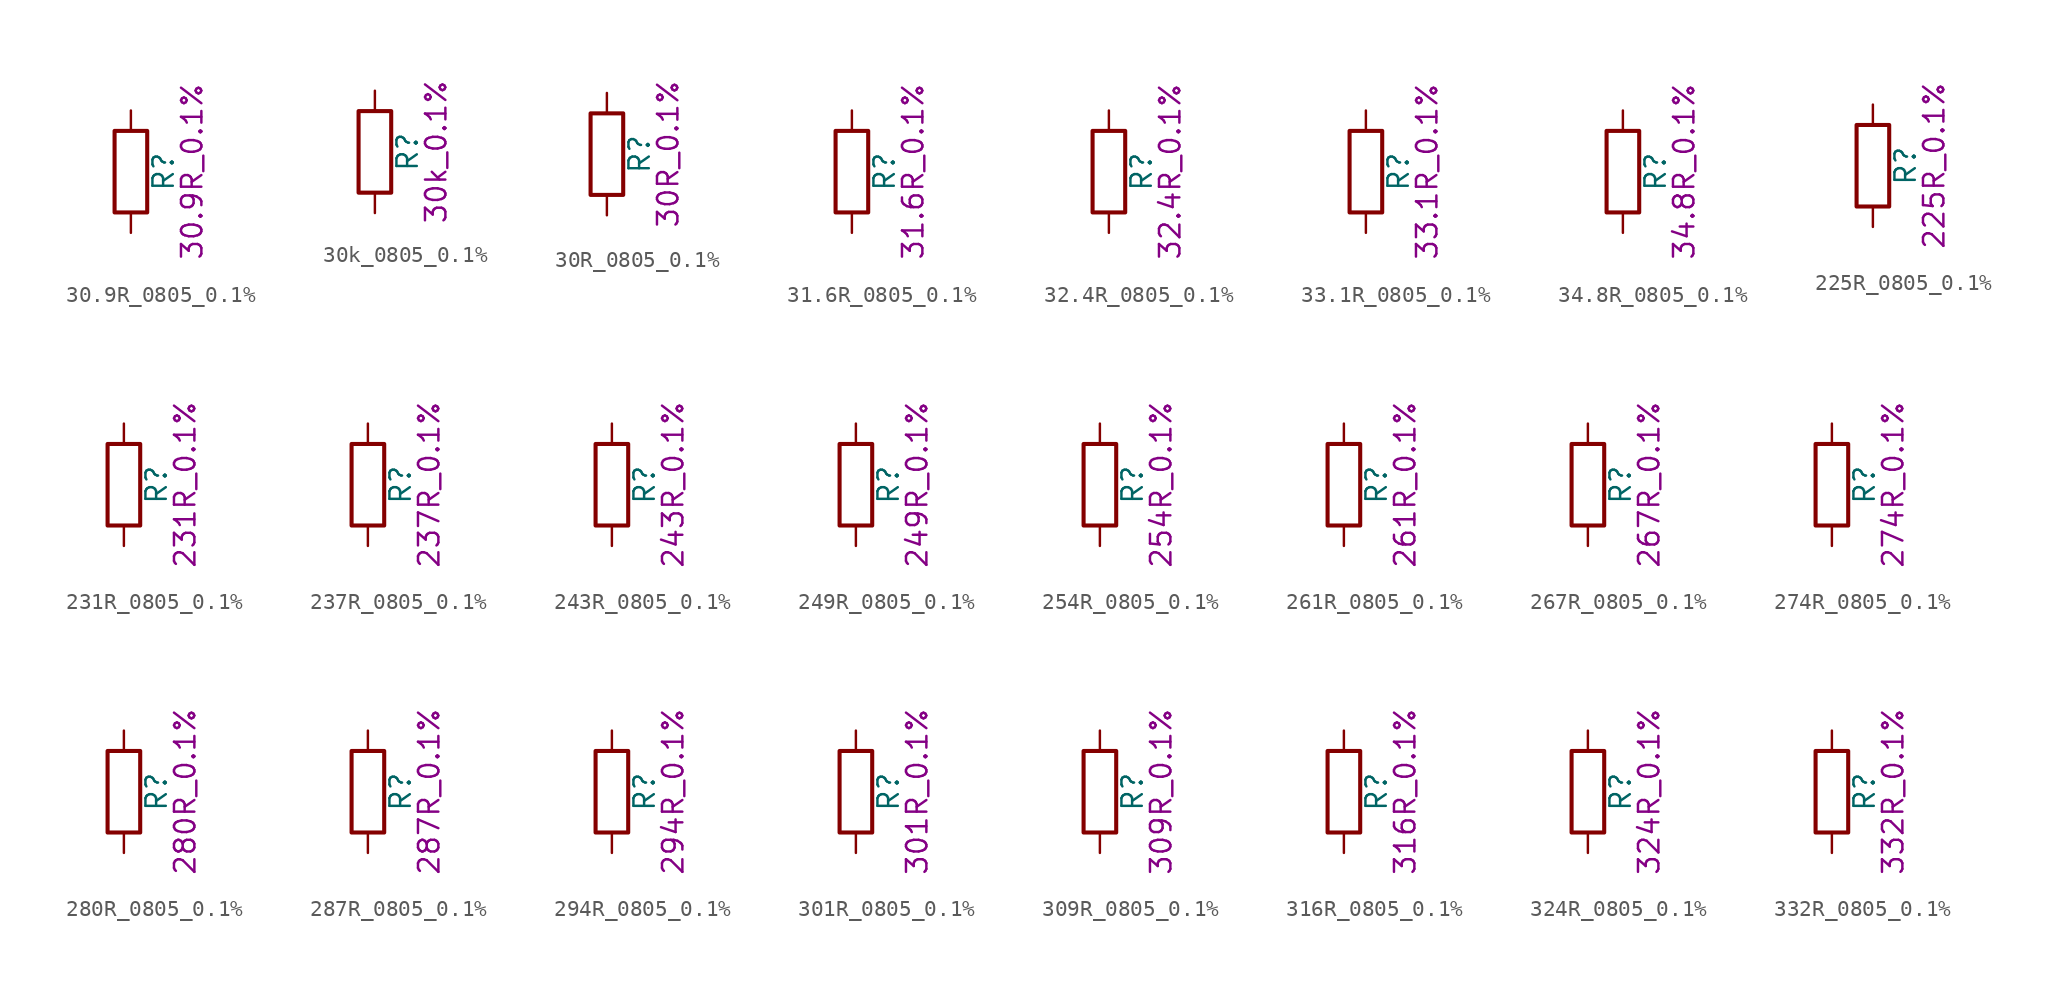
<source format=kicad_sym>
(kicad_symbol_lib
  (version 20211014)
  (generator kicad_symbol_editor)
  (symbol "30.9R_0805_0.1%"
    (pin_numbers hide)
    (pin_names
      (offset 0))
    (property "Reference" "R"
      (at 2.032 0 90)
      (effects (font (size 1.27 1.27))))
    (property "Display" "30.9R_0.1%"
      (at 3.81 0 90)
      (effects (font (size 1.27 1.27))))
    (symbol "30.9R_0805_0.1%_0_1"
      (rectangle (start -1.016 -2.54) (end 1.016 2.54) (stroke (width 0.254) (type default) (color 0 0 0 0)) (fill (type none))))
    (symbol "30.9R_0805_0.1%_1_1"
      (pin passive line (at 0 3.81 270) (length 1.27) (name "~" (effects (font (size 1.27 1.27)))) (number "1" (effects (font (size 1.27 1.27)))))
      (pin passive line (at 0 -3.81 90) (length 1.27) (name "~" (effects (font (size 1.27 1.27)))) (number "2" (effects (font (size 1.27 1.27)))))))
  (symbol "30k_0805_0.1%"
    (pin_numbers hide)
    (pin_names
      (offset 0))
    (property "Reference" "R"
      (at 2.032 0 90)
      (effects (font (size 1.27 1.27))))
    (property "Display" "30k_0.1%"
      (at 3.81 0 90)
      (effects (font (size 1.27 1.27))))
    (symbol "30k_0805_0.1%_0_1"
      (rectangle (start -1.016 -2.54) (end 1.016 2.54) (stroke (width 0.254) (type default) (color 0 0 0 0)) (fill (type none))))
    (symbol "30k_0805_0.1%_1_1"
      (pin passive line (at 0 3.81 270) (length 1.27) (name "~" (effects (font (size 1.27 1.27)))) (number "1" (effects (font (size 1.27 1.27)))))
      (pin passive line (at 0 -3.81 90) (length 1.27) (name "~" (effects (font (size 1.27 1.27)))) (number "2" (effects (font (size 1.27 1.27)))))))
  (symbol "30R_0805_0.1%"
    (pin_numbers hide)
    (pin_names
      (offset 0))
    (property "Reference" "R"
      (at 2.032 0 90)
      (effects (font (size 1.27 1.27))))
    (property "Display" "30R_0.1%"
      (at 3.81 0 90)
      (effects (font (size 1.27 1.27))))
    (symbol "30R_0805_0.1%_0_1"
      (rectangle (start -1.016 -2.54) (end 1.016 2.54) (stroke (width 0.254) (type default) (color 0 0 0 0)) (fill (type none))))
    (symbol "30R_0805_0.1%_1_1"
      (pin passive line (at 0 3.81 270) (length 1.27) (name "~" (effects (font (size 1.27 1.27)))) (number "1" (effects (font (size 1.27 1.27)))))
      (pin passive line (at 0 -3.81 90) (length 1.27) (name "~" (effects (font (size 1.27 1.27)))) (number "2" (effects (font (size 1.27 1.27)))))))
  (symbol "31.6R_0805_0.1%"
    (pin_numbers hide)
    (pin_names
      (offset 0))
    (property "Reference" "R"
      (at 2.032 0 90)
      (effects (font (size 1.27 1.27))))
    (property "Display" "31.6R_0.1%"
      (at 3.81 0 90)
      (effects (font (size 1.27 1.27))))
    (symbol "31.6R_0805_0.1%_0_1"
      (rectangle (start -1.016 -2.54) (end 1.016 2.54) (stroke (width 0.254) (type default) (color 0 0 0 0)) (fill (type none))))
    (symbol "31.6R_0805_0.1%_1_1"
      (pin passive line (at 0 3.81 270) (length 1.27) (name "~" (effects (font (size 1.27 1.27)))) (number "1" (effects (font (size 1.27 1.27)))))
      (pin passive line (at 0 -3.81 90) (length 1.27) (name "~" (effects (font (size 1.27 1.27)))) (number "2" (effects (font (size 1.27 1.27)))))))
  (symbol "32.4R_0805_0.1%"
    (pin_numbers hide)
    (pin_names
      (offset 0))
    (property "Reference" "R"
      (at 2.032 0 90)
      (effects (font (size 1.27 1.27))))
    (property "Display" "32.4R_0.1%"
      (at 3.81 0 90)
      (effects (font (size 1.27 1.27))))
    (symbol "32.4R_0805_0.1%_0_1"
      (rectangle (start -1.016 -2.54) (end 1.016 2.54) (stroke (width 0.254) (type default) (color 0 0 0 0)) (fill (type none))))
    (symbol "32.4R_0805_0.1%_1_1"
      (pin passive line (at 0 3.81 270) (length 1.27) (name "~" (effects (font (size 1.27 1.27)))) (number "1" (effects (font (size 1.27 1.27)))))
      (pin passive line (at 0 -3.81 90) (length 1.27) (name "~" (effects (font (size 1.27 1.27)))) (number "2" (effects (font (size 1.27 1.27)))))))
  (symbol "33.1R_0805_0.1%"
    (pin_numbers hide)
    (pin_names
      (offset 0))
    (property "Reference" "R"
      (at 2.032 0 90)
      (effects (font (size 1.27 1.27))))
    (property "Display" "33.1R_0.1%"
      (at 3.81 0 90)
      (effects (font (size 1.27 1.27))))
    (symbol "33.1R_0805_0.1%_0_1"
      (rectangle (start -1.016 -2.54) (end 1.016 2.54) (stroke (width 0.254) (type default) (color 0 0 0 0)) (fill (type none))))
    (symbol "33.1R_0805_0.1%_1_1"
      (pin passive line (at 0 3.81 270) (length 1.27) (name "~" (effects (font (size 1.27 1.27)))) (number "1" (effects (font (size 1.27 1.27)))))
      (pin passive line (at 0 -3.81 90) (length 1.27) (name "~" (effects (font (size 1.27 1.27)))) (number "2" (effects (font (size 1.27 1.27)))))))
  (symbol "34.8R_0805_0.1%"
    (pin_numbers hide)
    (pin_names
      (offset 0))
    (property "Reference" "R"
      (at 2.032 0 90)
      (effects (font (size 1.27 1.27))))
    (property "Display" "34.8R_0.1%"
      (at 3.81 0 90)
      (effects (font (size 1.27 1.27))))
    (symbol "34.8R_0805_0.1%_0_1"
      (rectangle (start -1.016 -2.54) (end 1.016 2.54) (stroke (width 0.254) (type default) (color 0 0 0 0)) (fill (type none))))
    (symbol "34.8R_0805_0.1%_1_1"
      (pin passive line (at 0 3.81 270) (length 1.27) (name "~" (effects (font (size 1.27 1.27)))) (number "1" (effects (font (size 1.27 1.27)))))
      (pin passive line (at 0 -3.81 90) (length 1.27) (name "~" (effects (font (size 1.27 1.27)))) (number "2" (effects (font (size 1.27 1.27)))))))
  (symbol "225R_0805_0.1%"
    (pin_numbers hide)
    (pin_names
      (offset 0))
    (property "Reference" "R"
      (at 2.032 0 90)
      (effects (font (size 1.27 1.27))))
    (property "Display" "225R_0.1%"
      (at 3.81 0 90)
      (effects (font (size 1.27 1.27))))
    (symbol "225R_0805_0.1%_0_1"
      (rectangle (start -1.016 -2.54) (end 1.016 2.54) (stroke (width 0.254) (type default) (color 0 0 0 0)) (fill (type none))))
    (symbol "225R_0805_0.1%_1_1"
      (pin passive line (at 0 3.81 270) (length 1.27) (name "~" (effects (font (size 1.27 1.27)))) (number "1" (effects (font (size 1.27 1.27)))))
      (pin passive line (at 0 -3.81 90) (length 1.27) (name "~" (effects (font (size 1.27 1.27)))) (number "2" (effects (font (size 1.27 1.27)))))))
  (symbol "231R_0805_0.1%"
    (pin_numbers hide)
    (pin_names
      (offset 0))
    (property "Reference" "R"
      (at 2.032 0 90)
      (effects (font (size 1.27 1.27))))
    (property "Display" "231R_0.1%"
      (at 3.81 0 90)
      (effects (font (size 1.27 1.27))))
    (symbol "231R_0805_0.1%_0_1"
      (rectangle (start -1.016 -2.54) (end 1.016 2.54) (stroke (width 0.254) (type default) (color 0 0 0 0)) (fill (type none))))
    (symbol "231R_0805_0.1%_1_1"
      (pin passive line (at 0 3.81 270) (length 1.27) (name "~" (effects (font (size 1.27 1.27)))) (number "1" (effects (font (size 1.27 1.27)))))
      (pin passive line (at 0 -3.81 90) (length 1.27) (name "~" (effects (font (size 1.27 1.27)))) (number "2" (effects (font (size 1.27 1.27)))))))
  (symbol "237R_0805_0.1%"
    (pin_numbers hide)
    (pin_names
      (offset 0))
    (property "Reference" "R"
      (at 2.032 0 90)
      (effects (font (size 1.27 1.27))))
    (property "Display" "237R_0.1%"
      (at 3.81 0 90)
      (effects (font (size 1.27 1.27))))
    (symbol "237R_0805_0.1%_0_1"
      (rectangle (start -1.016 -2.54) (end 1.016 2.54) (stroke (width 0.254) (type default) (color 0 0 0 0)) (fill (type none))))
    (symbol "237R_0805_0.1%_1_1"
      (pin passive line (at 0 3.81 270) (length 1.27) (name "~" (effects (font (size 1.27 1.27)))) (number "1" (effects (font (size 1.27 1.27)))))
      (pin passive line (at 0 -3.81 90) (length 1.27) (name "~" (effects (font (size 1.27 1.27)))) (number "2" (effects (font (size 1.27 1.27)))))))
  (symbol "243R_0805_0.1%"
    (pin_numbers hide)
    (pin_names
      (offset 0))
    (property "Reference" "R"
      (at 2.032 0 90)
      (effects (font (size 1.27 1.27))))
    (property "Display" "243R_0.1%"
      (at 3.81 0 90)
      (effects (font (size 1.27 1.27))))
    (symbol "243R_0805_0.1%_0_1"
      (rectangle (start -1.016 -2.54) (end 1.016 2.54) (stroke (width 0.254) (type default) (color 0 0 0 0)) (fill (type none))))
    (symbol "243R_0805_0.1%_1_1"
      (pin passive line (at 0 3.81 270) (length 1.27) (name "~" (effects (font (size 1.27 1.27)))) (number "1" (effects (font (size 1.27 1.27)))))
      (pin passive line (at 0 -3.81 90) (length 1.27) (name "~" (effects (font (size 1.27 1.27)))) (number "2" (effects (font (size 1.27 1.27)))))))
  (symbol "249R_0805_0.1%"
    (pin_numbers hide)
    (pin_names
      (offset 0))
    (property "Reference" "R"
      (at 2.032 0 90)
      (effects (font (size 1.27 1.27))))
    (property "Display" "249R_0.1%"
      (at 3.81 0 90)
      (effects (font (size 1.27 1.27))))
    (symbol "249R_0805_0.1%_0_1"
      (rectangle (start -1.016 -2.54) (end 1.016 2.54) (stroke (width 0.254) (type default) (color 0 0 0 0)) (fill (type none))))
    (symbol "249R_0805_0.1%_1_1"
      (pin passive line (at 0 3.81 270) (length 1.27) (name "~" (effects (font (size 1.27 1.27)))) (number "1" (effects (font (size 1.27 1.27)))))
      (pin passive line (at 0 -3.81 90) (length 1.27) (name "~" (effects (font (size 1.27 1.27)))) (number "2" (effects (font (size 1.27 1.27)))))))
  (symbol "254R_0805_0.1%"
    (pin_numbers hide)
    (pin_names
      (offset 0))
    (property "Reference" "R"
      (at 2.032 0 90)
      (effects (font (size 1.27 1.27))))
    (property "Display" "254R_0.1%"
      (at 3.81 0 90)
      (effects (font (size 1.27 1.27))))
    (symbol "254R_0805_0.1%_0_1"
      (rectangle (start -1.016 -2.54) (end 1.016 2.54) (stroke (width 0.254) (type default) (color 0 0 0 0)) (fill (type none))))
    (symbol "254R_0805_0.1%_1_1"
      (pin passive line (at 0 3.81 270) (length 1.27) (name "~" (effects (font (size 1.27 1.27)))) (number "1" (effects (font (size 1.27 1.27)))))
      (pin passive line (at 0 -3.81 90) (length 1.27) (name "~" (effects (font (size 1.27 1.27)))) (number "2" (effects (font (size 1.27 1.27)))))))
  (symbol "261R_0805_0.1%"
    (pin_numbers hide)
    (pin_names
      (offset 0))
    (property "Reference" "R"
      (at 2.032 0 90)
      (effects (font (size 1.27 1.27))))
    (property "Display" "261R_0.1%"
      (at 3.81 0 90)
      (effects (font (size 1.27 1.27))))
    (symbol "261R_0805_0.1%_0_1"
      (rectangle (start -1.016 -2.54) (end 1.016 2.54) (stroke (width 0.254) (type default) (color 0 0 0 0)) (fill (type none))))
    (symbol "261R_0805_0.1%_1_1"
      (pin passive line (at 0 3.81 270) (length 1.27) (name "~" (effects (font (size 1.27 1.27)))) (number "1" (effects (font (size 1.27 1.27)))))
      (pin passive line (at 0 -3.81 90) (length 1.27) (name "~" (effects (font (size 1.27 1.27)))) (number "2" (effects (font (size 1.27 1.27)))))))
  (symbol "267R_0805_0.1%"
    (pin_numbers hide)
    (pin_names
      (offset 0))
    (property "Reference" "R"
      (at 2.032 0 90)
      (effects (font (size 1.27 1.27))))
    (property "Display" "267R_0.1%"
      (at 3.81 0 90)
      (effects (font (size 1.27 1.27))))
    (symbol "267R_0805_0.1%_0_1"
      (rectangle (start -1.016 -2.54) (end 1.016 2.54) (stroke (width 0.254) (type default) (color 0 0 0 0)) (fill (type none))))
    (symbol "267R_0805_0.1%_1_1"
      (pin passive line (at 0 3.81 270) (length 1.27) (name "~" (effects (font (size 1.27 1.27)))) (number "1" (effects (font (size 1.27 1.27)))))
      (pin passive line (at 0 -3.81 90) (length 1.27) (name "~" (effects (font (size 1.27 1.27)))) (number "2" (effects (font (size 1.27 1.27)))))))
  (symbol "274R_0805_0.1%"
    (pin_numbers hide)
    (pin_names
      (offset 0))
    (property "Reference" "R"
      (at 2.032 0 90)
      (effects (font (size 1.27 1.27))))
    (property "Display" "274R_0.1%"
      (at 3.81 0 90)
      (effects (font (size 1.27 1.27))))
    (symbol "274R_0805_0.1%_0_1"
      (rectangle (start -1.016 -2.54) (end 1.016 2.54) (stroke (width 0.254) (type default) (color 0 0 0 0)) (fill (type none))))
    (symbol "274R_0805_0.1%_1_1"
      (pin passive line (at 0 3.81 270) (length 1.27) (name "~" (effects (font (size 1.27 1.27)))) (number "1" (effects (font (size 1.27 1.27)))))
      (pin passive line (at 0 -3.81 90) (length 1.27) (name "~" (effects (font (size 1.27 1.27)))) (number "2" (effects (font (size 1.27 1.27)))))))
  (symbol "280R_0805_0.1%"
    (pin_numbers hide)
    (pin_names
      (offset 0))
    (property "Reference" "R"
      (at 2.032 0 90)
      (effects (font (size 1.27 1.27))))
    (property "Display" "280R_0.1%"
      (at 3.81 0 90)
      (effects (font (size 1.27 1.27))))
    (symbol "280R_0805_0.1%_0_1"
      (rectangle (start -1.016 -2.54) (end 1.016 2.54) (stroke (width 0.254) (type default) (color 0 0 0 0)) (fill (type none))))
    (symbol "280R_0805_0.1%_1_1"
      (pin passive line (at 0 3.81 270) (length 1.27) (name "~" (effects (font (size 1.27 1.27)))) (number "1" (effects (font (size 1.27 1.27)))))
      (pin passive line (at 0 -3.81 90) (length 1.27) (name "~" (effects (font (size 1.27 1.27)))) (number "2" (effects (font (size 1.27 1.27)))))))
  (symbol "287R_0805_0.1%"
    (pin_numbers hide)
    (pin_names
      (offset 0))
    (property "Reference" "R"
      (at 2.032 0 90)
      (effects (font (size 1.27 1.27))))
    (property "Display" "287R_0.1%"
      (at 3.81 0 90)
      (effects (font (size 1.27 1.27))))
    (symbol "287R_0805_0.1%_0_1"
      (rectangle (start -1.016 -2.54) (end 1.016 2.54) (stroke (width 0.254) (type default) (color 0 0 0 0)) (fill (type none))))
    (symbol "287R_0805_0.1%_1_1"
      (pin passive line (at 0 3.81 270) (length 1.27) (name "~" (effects (font (size 1.27 1.27)))) (number "1" (effects (font (size 1.27 1.27)))))
      (pin passive line (at 0 -3.81 90) (length 1.27) (name "~" (effects (font (size 1.27 1.27)))) (number "2" (effects (font (size 1.27 1.27)))))))
  (symbol "294R_0805_0.1%"
    (pin_numbers hide)
    (pin_names
      (offset 0))
    (property "Reference" "R"
      (at 2.032 0 90)
      (effects (font (size 1.27 1.27))))
    (property "Display" "294R_0.1%"
      (at 3.81 0 90)
      (effects (font (size 1.27 1.27))))
    (symbol "294R_0805_0.1%_0_1"
      (rectangle (start -1.016 -2.54) (end 1.016 2.54) (stroke (width 0.254) (type default) (color 0 0 0 0)) (fill (type none))))
    (symbol "294R_0805_0.1%_1_1"
      (pin passive line (at 0 3.81 270) (length 1.27) (name "~" (effects (font (size 1.27 1.27)))) (number "1" (effects (font (size 1.27 1.27)))))
      (pin passive line (at 0 -3.81 90) (length 1.27) (name "~" (effects (font (size 1.27 1.27)))) (number "2" (effects (font (size 1.27 1.27)))))))
  (symbol "301R_0805_0.1%"
    (pin_numbers hide)
    (pin_names
      (offset 0))
    (property "Reference" "R"
      (at 2.032 0 90)
      (effects (font (size 1.27 1.27))))
    (property "Display" "301R_0.1%"
      (at 3.81 0 90)
      (effects (font (size 1.27 1.27))))
    (symbol "301R_0805_0.1%_0_1"
      (rectangle (start -1.016 -2.54) (end 1.016 2.54) (stroke (width 0.254) (type default) (color 0 0 0 0)) (fill (type none))))
    (symbol "301R_0805_0.1%_1_1"
      (pin passive line (at 0 3.81 270) (length 1.27) (name "~" (effects (font (size 1.27 1.27)))) (number "1" (effects (font (size 1.27 1.27)))))
      (pin passive line (at 0 -3.81 90) (length 1.27) (name "~" (effects (font (size 1.27 1.27)))) (number "2" (effects (font (size 1.27 1.27)))))))
  (symbol "309R_0805_0.1%"
    (pin_numbers hide)
    (pin_names
      (offset 0))
    (property "Reference" "R"
      (at 2.032 0 90)
      (effects (font (size 1.27 1.27))))
    (property "Display" "309R_0.1%"
      (at 3.81 0 90)
      (effects (font (size 1.27 1.27))))
    (symbol "309R_0805_0.1%_0_1"
      (rectangle (start -1.016 -2.54) (end 1.016 2.54) (stroke (width 0.254) (type default) (color 0 0 0 0)) (fill (type none))))
    (symbol "309R_0805_0.1%_1_1"
      (pin passive line (at 0 3.81 270) (length 1.27) (name "~" (effects (font (size 1.27 1.27)))) (number "1" (effects (font (size 1.27 1.27)))))
      (pin passive line (at 0 -3.81 90) (length 1.27) (name "~" (effects (font (size 1.27 1.27)))) (number "2" (effects (font (size 1.27 1.27)))))))
  (symbol "316R_0805_0.1%"
    (pin_numbers hide)
    (pin_names
      (offset 0))
    (property "Reference" "R"
      (at 2.032 0 90)
      (effects (font (size 1.27 1.27))))
    (property "Display" "316R_0.1%"
      (at 3.81 0 90)
      (effects (font (size 1.27 1.27))))
    (symbol "316R_0805_0.1%_0_1"
      (rectangle (start -1.016 -2.54) (end 1.016 2.54) (stroke (width 0.254) (type default) (color 0 0 0 0)) (fill (type none))))
    (symbol "316R_0805_0.1%_1_1"
      (pin passive line (at 0 3.81 270) (length 1.27) (name "~" (effects (font (size 1.27 1.27)))) (number "1" (effects (font (size 1.27 1.27)))))
      (pin passive line (at 0 -3.81 90) (length 1.27) (name "~" (effects (font (size 1.27 1.27)))) (number "2" (effects (font (size 1.27 1.27)))))))
  (symbol "324R_0805_0.1%"
    (pin_numbers hide)
    (pin_names
      (offset 0))
    (property "Reference" "R"
      (at 2.032 0 90)
      (effects (font (size 1.27 1.27))))
    (property "Display" "324R_0.1%"
      (at 3.81 0 90)
      (effects (font (size 1.27 1.27))))
    (symbol "324R_0805_0.1%_0_1"
      (rectangle (start -1.016 -2.54) (end 1.016 2.54) (stroke (width 0.254) (type default) (color 0 0 0 0)) (fill (type none))))
    (symbol "324R_0805_0.1%_1_1"
      (pin passive line (at 0 3.81 270) (length 1.27) (name "~" (effects (font (size 1.27 1.27)))) (number "1" (effects (font (size 1.27 1.27)))))
      (pin passive line (at 0 -3.81 90) (length 1.27) (name "~" (effects (font (size 1.27 1.27)))) (number "2" (effects (font (size 1.27 1.27)))))))
  (symbol "332R_0805_0.1%"
    (pin_numbers hide)
    (pin_names
      (offset 0))
    (property "Reference" "R"
      (at 2.032 0 90)
      (effects (font (size 1.27 1.27))))
    (property "Display" "332R_0.1%"
      (at 3.81 0 90)
      (effects (font (size 1.27 1.27))))
    (symbol "332R_0805_0.1%_0_1"
      (rectangle (start -1.016 -2.54) (end 1.016 2.54) (stroke (width 0.254) (type default) (color 0 0 0 0)) (fill (type none))))
    (symbol "332R_0805_0.1%_1_1"
      (pin passive line (at 0 3.81 270) (length 1.27) (name "~" (effects (font (size 1.27 1.27)))) (number "1" (effects (font (size 1.27 1.27)))))
      (pin passive line (at 0 -3.81 90) (length 1.27) (name "~" (effects (font (size 1.27 1.27)))) (number "2" (effects (font (size 1.27 1.27))))))))
</source>
